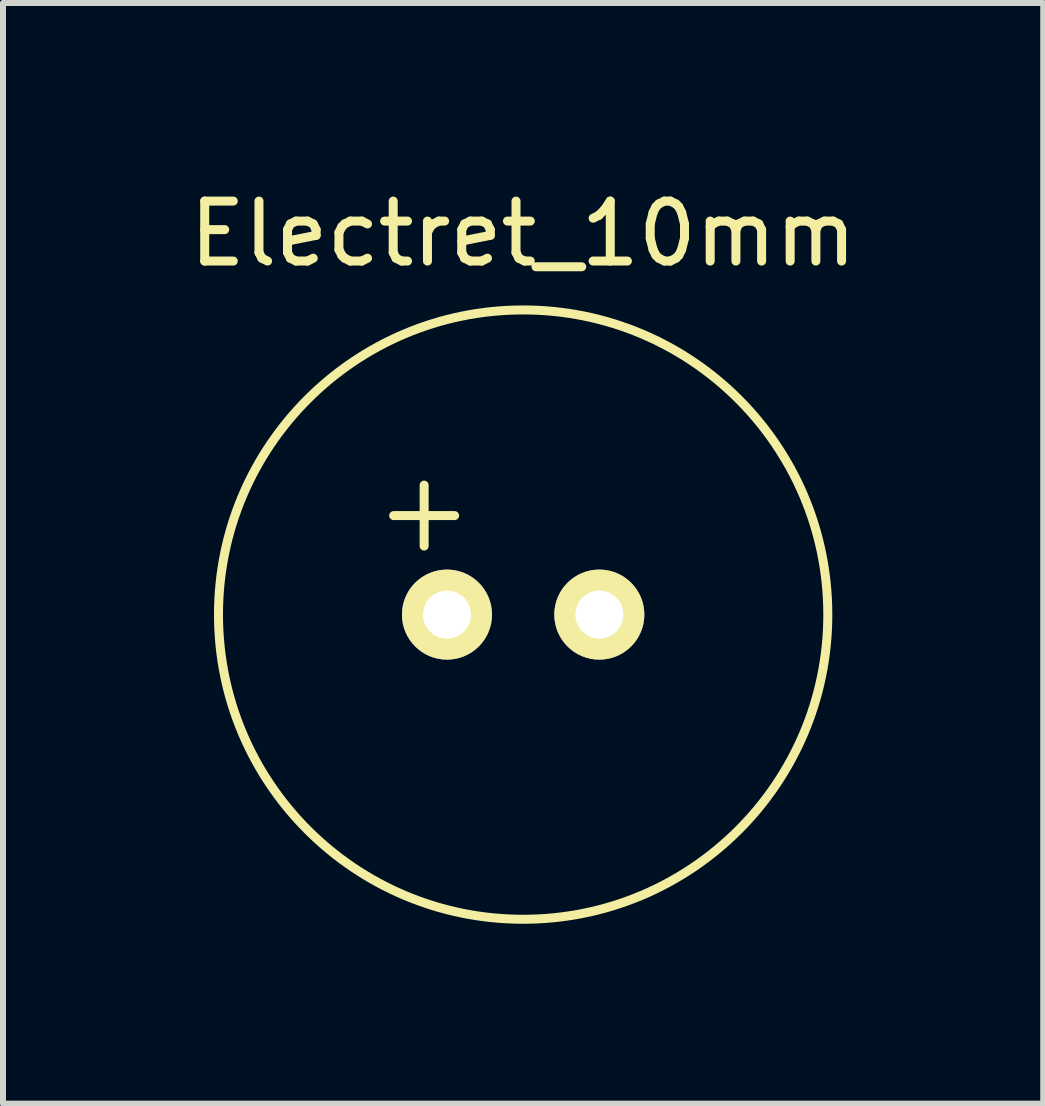
<source format=kicad_pcb>
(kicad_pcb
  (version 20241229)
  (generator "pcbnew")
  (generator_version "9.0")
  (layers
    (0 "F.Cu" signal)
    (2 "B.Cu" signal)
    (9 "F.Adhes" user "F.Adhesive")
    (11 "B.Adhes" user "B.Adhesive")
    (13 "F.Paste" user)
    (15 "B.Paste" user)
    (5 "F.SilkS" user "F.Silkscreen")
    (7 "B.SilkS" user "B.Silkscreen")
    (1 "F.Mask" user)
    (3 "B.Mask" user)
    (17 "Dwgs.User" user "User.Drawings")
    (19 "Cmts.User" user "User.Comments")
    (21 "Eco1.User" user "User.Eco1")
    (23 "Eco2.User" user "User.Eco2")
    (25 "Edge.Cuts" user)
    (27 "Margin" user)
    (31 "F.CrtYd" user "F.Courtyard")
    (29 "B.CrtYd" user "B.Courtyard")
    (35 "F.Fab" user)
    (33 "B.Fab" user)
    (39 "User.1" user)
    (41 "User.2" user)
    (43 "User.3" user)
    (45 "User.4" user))
  (footprint "Electret_10mm"
    (layer "F.Cu")
    (at 5.653 7.198)
    (property "Reference" "Electret_10mm" (at 0.02 -6.35 0) (layer "F.SilkS") (effects (font (size 1 1) (thickness 0.15))))
    (attr through_hole)
    (fp_line (start -2.139 -1.651) (end -1.123 -1.651) (stroke (width 0.15) (type solid)) (layer "F.SilkS"))
    (fp_line (start -1.631 -2.159) (end -1.631 -1.143) (stroke (width 0.15) (type solid)) (layer "F.SilkS"))
    (fp_circle (center 0.02 0) (end 5.1 0) (stroke (width 0.15) (type solid)) (fill no) (layer "F.SilkS"))
    (pad "1" thru_hole circle (at -1.25 0) (size 1.501 1.501) (drill 0.8) (layers "*.Cu" "*.Mask" "F.SilkS"))
    (pad "2" thru_hole circle (at 1.29 0) (size 1.501 1.501) (drill 0.8) (layers "*.Cu" "*.Mask" "F.SilkS")))
  (gr_rect
    (start -3 -3)
    (end 14.345 15.353)
    (stroke (width 0.1) (type default))
    (fill no)
    (layer "Edge.Cuts")))
</source>
